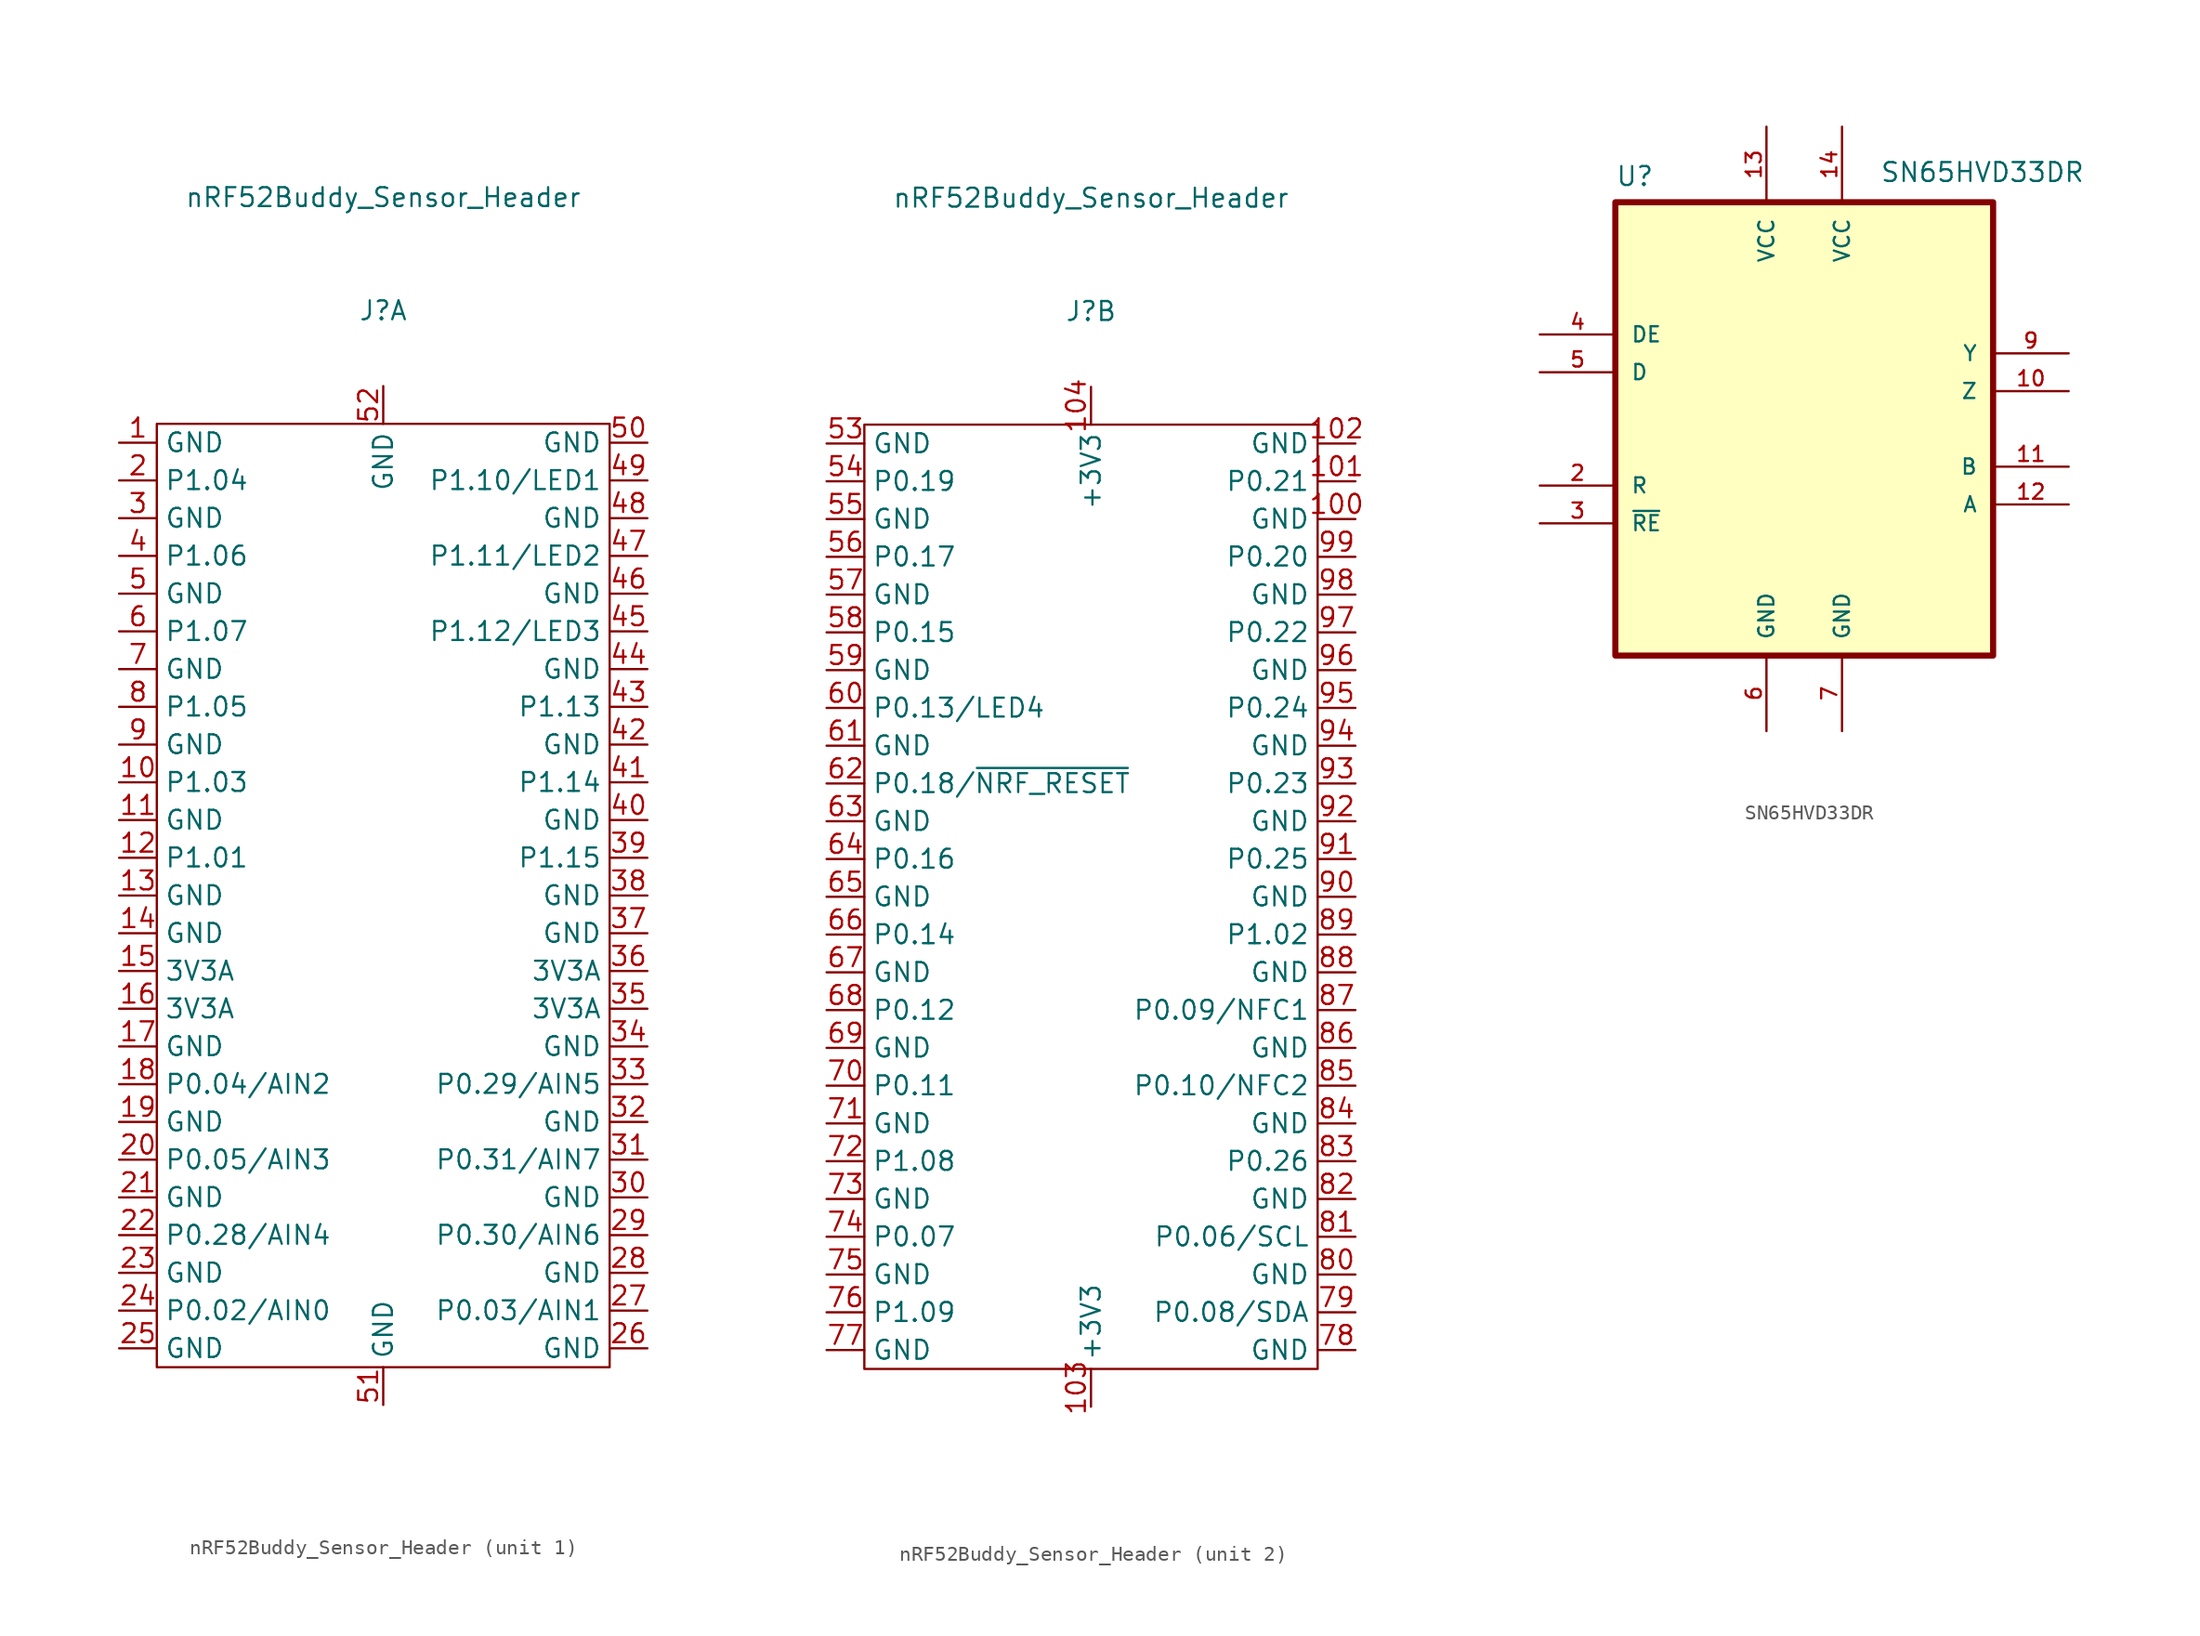
<source format=kicad_sym>
(kicad_symbol_lib
  (version 20220914)
  (generator kicad_symbol_editor)
  (symbol "nRF52Buddy_Sensor_Header"
    (property "Reference" "J"
      (at 0 39.37 0)
      (effects (font (size 1.27 1.27))))
    (property "Value" "nRF52Buddy_Sensor_Header"
      (at 0 46.99 0)
      (effects (font (size 1.27 1.27))))
    (symbol "nRF52Buddy_Sensor_Header_0_1"
      (rectangle (start -15.24 31.75) (end 15.24 -31.75) (stroke (width 0) (type default)) (fill (type none))))
    (symbol "nRF52Buddy_Sensor_Header_1_0"
      (pin bidirectional line (at -17.78 7.62 0) (length 2.54) (name "P1.03" (effects (font (size 1.27 1.27)))) (number "10" (effects (font (size 1.27 1.27)))))
      (pin bidirectional line (at -17.78 5.08 0) (length 2.54) (name "GND" (effects (font (size 1.27 1.27)))) (number "11" (effects (font (size 1.27 1.27)))))
      (pin bidirectional line (at -17.78 2.54 0) (length 2.54) (name "P1.01" (effects (font (size 1.27 1.27)))) (number "12" (effects (font (size 1.27 1.27)))))
      (pin bidirectional line (at -17.78 0 0) (length 2.54) (name "GND" (effects (font (size 1.27 1.27)))) (number "13" (effects (font (size 1.27 1.27)))))
      (pin bidirectional line (at -17.78 -2.54 0) (length 2.54) (name "GND" (effects (font (size 1.27 1.27)))) (number "14" (effects (font (size 1.27 1.27)))))
      (pin bidirectional line (at -17.78 -5.08 0) (length 2.54) (name "3V3A" (effects (font (size 1.27 1.27)))) (number "15" (effects (font (size 1.27 1.27)))))
      (pin bidirectional line (at -17.78 -7.62 0) (length 2.54) (name "3V3A" (effects (font (size 1.27 1.27)))) (number "16" (effects (font (size 1.27 1.27)))))
      (pin bidirectional line (at -17.78 -10.16 0) (length 2.54) (name "GND" (effects (font (size 1.27 1.27)))) (number "17" (effects (font (size 1.27 1.27)))))
      (pin bidirectional line (at -17.78 -12.7 0) (length 2.54) (name "P0.04/AIN2" (effects (font (size 1.27 1.27)))) (number "18" (effects (font (size 1.27 1.27)))))
      (pin bidirectional line (at -17.78 -15.24 0) (length 2.54) (name "GND" (effects (font (size 1.27 1.27)))) (number "19" (effects (font (size 1.27 1.27)))))
      (pin bidirectional line (at -17.78 27.94 0) (length 2.54) (name "P1.04" (effects (font (size 1.27 1.27)))) (number "2" (effects (font (size 1.27 1.27)))))
      (pin bidirectional line (at -17.78 -17.78 0) (length 2.54) (name "P0.05/AIN3" (effects (font (size 1.27 1.27)))) (number "20" (effects (font (size 1.27 1.27)))))
      (pin bidirectional line (at -17.78 -20.32 0) (length 2.54) (name "GND" (effects (font (size 1.27 1.27)))) (number "21" (effects (font (size 1.27 1.27)))))
      (pin bidirectional line (at -17.78 -22.86 0) (length 2.54) (name "P0.28/AIN4" (effects (font (size 1.27 1.27)))) (number "22" (effects (font (size 1.27 1.27)))))
      (pin bidirectional line (at -17.78 -25.4 0) (length 2.54) (name "GND" (effects (font (size 1.27 1.27)))) (number "23" (effects (font (size 1.27 1.27)))))
      (pin bidirectional line (at -17.78 -27.94 0) (length 2.54) (name "P0.02/AIN0" (effects (font (size 1.27 1.27)))) (number "24" (effects (font (size 1.27 1.27)))))
      (pin bidirectional line (at -17.78 -30.48 0) (length 2.54) (name "GND" (effects (font (size 1.27 1.27)))) (number "25" (effects (font (size 1.27 1.27)))))
      (pin bidirectional line (at 17.78 -30.48 180) (length 2.54) (name "GND" (effects (font (size 1.27 1.27)))) (number "26" (effects (font (size 1.27 1.27)))))
      (pin bidirectional line (at 17.78 -27.94 180) (length 2.54) (name "P0.03/AIN1" (effects (font (size 1.27 1.27)))) (number "27" (effects (font (size 1.27 1.27)))))
      (pin bidirectional line (at 17.78 -25.4 180) (length 2.54) (name "GND" (effects (font (size 1.27 1.27)))) (number "28" (effects (font (size 1.27 1.27)))))
      (pin bidirectional line (at 17.78 -22.86 180) (length 2.54) (name "P0.30/AIN6" (effects (font (size 1.27 1.27)))) (number "29" (effects (font (size 1.27 1.27)))))
      (pin bidirectional line (at -17.78 25.4 0) (length 2.54) (name "GND" (effects (font (size 1.27 1.27)))) (number "3" (effects (font (size 1.27 1.27)))))
      (pin bidirectional line (at 17.78 -20.32 180) (length 2.54) (name "GND" (effects (font (size 1.27 1.27)))) (number "30" (effects (font (size 1.27 1.27)))))
      (pin bidirectional line (at 17.78 -17.78 180) (length 2.54) (name "P0.31/AIN7" (effects (font (size 1.27 1.27)))) (number "31" (effects (font (size 1.27 1.27)))))
      (pin bidirectional line (at 17.78 -15.24 180) (length 2.54) (name "GND" (effects (font (size 1.27 1.27)))) (number "32" (effects (font (size 1.27 1.27)))))
      (pin bidirectional line (at 17.78 -12.7 180) (length 2.54) (name "P0.29/AIN5" (effects (font (size 1.27 1.27)))) (number "33" (effects (font (size 1.27 1.27)))))
      (pin bidirectional line (at 17.78 -10.16 180) (length 2.54) (name "GND" (effects (font (size 1.27 1.27)))) (number "34" (effects (font (size 1.27 1.27)))))
      (pin bidirectional line (at 17.78 -7.62 180) (length 2.54) (name "3V3A" (effects (font (size 1.27 1.27)))) (number "35" (effects (font (size 1.27 1.27)))))
      (pin bidirectional line (at 17.78 -5.08 180) (length 2.54) (name "3V3A" (effects (font (size 1.27 1.27)))) (number "36" (effects (font (size 1.27 1.27)))))
      (pin bidirectional line (at 17.78 -2.54 180) (length 2.54) (name "GND" (effects (font (size 1.27 1.27)))) (number "37" (effects (font (size 1.27 1.27)))))
      (pin bidirectional line (at 17.78 0 180) (length 2.54) (name "GND" (effects (font (size 1.27 1.27)))) (number "38" (effects (font (size 1.27 1.27)))))
      (pin bidirectional line (at 17.78 2.54 180) (length 2.54) (name "P1.15" (effects (font (size 1.27 1.27)))) (number "39" (effects (font (size 1.27 1.27)))))
      (pin bidirectional line (at -17.78 22.86 0) (length 2.54) (name "P1.06" (effects (font (size 1.27 1.27)))) (number "4" (effects (font (size 1.27 1.27)))))
      (pin bidirectional line (at 17.78 5.08 180) (length 2.54) (name "GND" (effects (font (size 1.27 1.27)))) (number "40" (effects (font (size 1.27 1.27)))))
      (pin bidirectional line (at 17.78 7.62 180) (length 2.54) (name "P1.14" (effects (font (size 1.27 1.27)))) (number "41" (effects (font (size 1.27 1.27)))))
      (pin bidirectional line (at 17.78 10.16 180) (length 2.54) (name "GND" (effects (font (size 1.27 1.27)))) (number "42" (effects (font (size 1.27 1.27)))))
      (pin bidirectional line (at 17.78 12.7 180) (length 2.54) (name "P1.13" (effects (font (size 1.27 1.27)))) (number "43" (effects (font (size 1.27 1.27)))))
      (pin bidirectional line (at 17.78 15.24 180) (length 2.54) (name "GND" (effects (font (size 1.27 1.27)))) (number "44" (effects (font (size 1.27 1.27)))))
      (pin bidirectional line (at 17.78 17.78 180) (length 2.54) (name "P1.12/LED3" (effects (font (size 1.27 1.27)))) (number "45" (effects (font (size 1.27 1.27)))))
      (pin bidirectional line (at 17.78 20.32 180) (length 2.54) (name "GND" (effects (font (size 1.27 1.27)))) (number "46" (effects (font (size 1.27 1.27)))))
      (pin bidirectional line (at 17.78 22.86 180) (length 2.54) (name "P1.11/LED2" (effects (font (size 1.27 1.27)))) (number "47" (effects (font (size 1.27 1.27)))))
      (pin bidirectional line (at 17.78 25.4 180) (length 2.54) (name "GND" (effects (font (size 1.27 1.27)))) (number "48" (effects (font (size 1.27 1.27)))))
      (pin bidirectional line (at 17.78 27.94 180) (length 2.54) (name "P1.10/LED1" (effects (font (size 1.27 1.27)))) (number "49" (effects (font (size 1.27 1.27)))))
      (pin bidirectional line (at -17.78 20.32 0) (length 2.54) (name "GND" (effects (font (size 1.27 1.27)))) (number "5" (effects (font (size 1.27 1.27)))))
      (pin bidirectional line (at 17.78 30.48 180) (length 2.54) (name "GND" (effects (font (size 1.27 1.27)))) (number "50" (effects (font (size 1.27 1.27)))))
      (pin bidirectional line (at -17.78 17.78 0) (length 2.54) (name "P1.07" (effects (font (size 1.27 1.27)))) (number "6" (effects (font (size 1.27 1.27)))))
      (pin bidirectional line (at -17.78 15.24 0) (length 2.54) (name "GND" (effects (font (size 1.27 1.27)))) (number "7" (effects (font (size 1.27 1.27)))))
      (pin bidirectional line (at -17.78 12.7 0) (length 2.54) (name "P1.05" (effects (font (size 1.27 1.27)))) (number "8" (effects (font (size 1.27 1.27)))))
      (pin bidirectional line (at -17.78 10.16 0) (length 2.54) (name "GND" (effects (font (size 1.27 1.27)))) (number "9" (effects (font (size 1.27 1.27))))))
    (symbol "nRF52Buddy_Sensor_Header_1_1"
      (pin bidirectional line (at -17.78 30.48 0) (length 2.54) (name "GND" (effects (font (size 1.27 1.27)))) (number "1" (effects (font (size 1.27 1.27)))))
      (pin bidirectional line (at 0 -34.29 90) (length 2.54) (name "GND" (effects (font (size 1.27 1.27)))) (number "51" (effects (font (size 1.27 1.27)))))
      (pin bidirectional line (at 0 34.29 270) (length 2.54) (name "GND" (effects (font (size 1.27 1.27)))) (number "52" (effects (font (size 1.27 1.27))))))
    (symbol "nRF52Buddy_Sensor_Header_2_0"
      (pin bidirectional line (at 17.78 25.4 180) (length 2.54) (name "GND" (effects (font (size 1.27 1.27)))) (number "100" (effects (font (size 1.27 1.27)))))
      (pin bidirectional line (at 17.78 27.94 180) (length 2.54) (name "P0.21" (effects (font (size 1.27 1.27)))) (number "101" (effects (font (size 1.27 1.27)))))
      (pin bidirectional line (at 17.78 30.48 180) (length 2.54) (name "GND" (effects (font (size 1.27 1.27)))) (number "102" (effects (font (size 1.27 1.27)))))
      (pin bidirectional line (at -17.78 27.94 0) (length 2.54) (name "P0.19" (effects (font (size 1.27 1.27)))) (number "54" (effects (font (size 1.27 1.27)))))
      (pin bidirectional line (at -17.78 25.4 0) (length 2.54) (name "GND" (effects (font (size 1.27 1.27)))) (number "55" (effects (font (size 1.27 1.27)))))
      (pin bidirectional line (at -17.78 22.86 0) (length 2.54) (name "P0.17" (effects (font (size 1.27 1.27)))) (number "56" (effects (font (size 1.27 1.27)))))
      (pin bidirectional line (at -17.78 20.32 0) (length 2.54) (name "GND" (effects (font (size 1.27 1.27)))) (number "57" (effects (font (size 1.27 1.27)))))
      (pin bidirectional line (at -17.78 17.78 0) (length 2.54) (name "P0.15" (effects (font (size 1.27 1.27)))) (number "58" (effects (font (size 1.27 1.27)))))
      (pin bidirectional line (at -17.78 15.24 0) (length 2.54) (name "GND" (effects (font (size 1.27 1.27)))) (number "59" (effects (font (size 1.27 1.27)))))
      (pin bidirectional line (at -17.78 12.7 0) (length 2.54) (name "P0.13/LED4" (effects (font (size 1.27 1.27)))) (number "60" (effects (font (size 1.27 1.27)))))
      (pin bidirectional line (at -17.78 10.16 0) (length 2.54) (name "GND" (effects (font (size 1.27 1.27)))) (number "61" (effects (font (size 1.27 1.27)))))
      (pin bidirectional line (at -17.78 7.62 0) (length 2.54) (name "P0.18/~{NRF_RESET}" (effects (font (size 1.27 1.27)))) (number "62" (effects (font (size 1.27 1.27)))))
      (pin bidirectional line (at -17.78 5.08 0) (length 2.54) (name "GND" (effects (font (size 1.27 1.27)))) (number "63" (effects (font (size 1.27 1.27)))))
      (pin bidirectional line (at -17.78 2.54 0) (length 2.54) (name "P0.16" (effects (font (size 1.27 1.27)))) (number "64" (effects (font (size 1.27 1.27)))))
      (pin bidirectional line (at -17.78 0 0) (length 2.54) (name "GND" (effects (font (size 1.27 1.27)))) (number "65" (effects (font (size 1.27 1.27)))))
      (pin bidirectional line (at -17.78 -2.54 0) (length 2.54) (name "P0.14" (effects (font (size 1.27 1.27)))) (number "66" (effects (font (size 1.27 1.27)))))
      (pin bidirectional line (at -17.78 -5.08 0) (length 2.54) (name "GND" (effects (font (size 1.27 1.27)))) (number "67" (effects (font (size 1.27 1.27)))))
      (pin bidirectional line (at -17.78 -7.62 0) (length 2.54) (name "P0.12" (effects (font (size 1.27 1.27)))) (number "68" (effects (font (size 1.27 1.27)))))
      (pin bidirectional line (at -17.78 -10.16 0) (length 2.54) (name "GND" (effects (font (size 1.27 1.27)))) (number "69" (effects (font (size 1.27 1.27)))))
      (pin bidirectional line (at -17.78 -12.7 0) (length 2.54) (name "P0.11" (effects (font (size 1.27 1.27)))) (number "70" (effects (font (size 1.27 1.27)))))
      (pin bidirectional line (at -17.78 -15.24 0) (length 2.54) (name "GND" (effects (font (size 1.27 1.27)))) (number "71" (effects (font (size 1.27 1.27)))))
      (pin bidirectional line (at -17.78 -17.78 0) (length 2.54) (name "P1.08" (effects (font (size 1.27 1.27)))) (number "72" (effects (font (size 1.27 1.27)))))
      (pin bidirectional line (at -17.78 -20.32 0) (length 2.54) (name "GND" (effects (font (size 1.27 1.27)))) (number "73" (effects (font (size 1.27 1.27)))))
      (pin bidirectional line (at -17.78 -22.86 0) (length 2.54) (name "P0.07" (effects (font (size 1.27 1.27)))) (number "74" (effects (font (size 1.27 1.27)))))
      (pin bidirectional line (at -17.78 -25.4 0) (length 2.54) (name "GND" (effects (font (size 1.27 1.27)))) (number "75" (effects (font (size 1.27 1.27)))))
      (pin bidirectional line (at -17.78 -27.94 0) (length 2.54) (name "P1.09" (effects (font (size 1.27 1.27)))) (number "76" (effects (font (size 1.27 1.27)))))
      (pin bidirectional line (at -17.78 -30.48 0) (length 2.54) (name "GND" (effects (font (size 1.27 1.27)))) (number "77" (effects (font (size 1.27 1.27)))))
      (pin bidirectional line (at 17.78 -30.48 180) (length 2.54) (name "GND" (effects (font (size 1.27 1.27)))) (number "78" (effects (font (size 1.27 1.27)))))
      (pin bidirectional line (at 17.78 -27.94 180) (length 2.54) (name "P0.08/SDA" (effects (font (size 1.27 1.27)))) (number "79" (effects (font (size 1.27 1.27)))))
      (pin bidirectional line (at 17.78 -25.4 180) (length 2.54) (name "GND" (effects (font (size 1.27 1.27)))) (number "80" (effects (font (size 1.27 1.27)))))
      (pin bidirectional line (at 17.78 -22.86 180) (length 2.54) (name "P0.06/SCL" (effects (font (size 1.27 1.27)))) (number "81" (effects (font (size 1.27 1.27)))))
      (pin bidirectional line (at 17.78 -20.32 180) (length 2.54) (name "GND" (effects (font (size 1.27 1.27)))) (number "82" (effects (font (size 1.27 1.27)))))
      (pin bidirectional line (at 17.78 -17.78 180) (length 2.54) (name "P0.26" (effects (font (size 1.27 1.27)))) (number "83" (effects (font (size 1.27 1.27)))))
      (pin bidirectional line (at 17.78 -15.24 180) (length 2.54) (name "GND" (effects (font (size 1.27 1.27)))) (number "84" (effects (font (size 1.27 1.27)))))
      (pin bidirectional line (at 17.78 -12.7 180) (length 2.54) (name "P0.10/NFC2" (effects (font (size 1.27 1.27)))) (number "85" (effects (font (size 1.27 1.27)))))
      (pin bidirectional line (at 17.78 -10.16 180) (length 2.54) (name "GND" (effects (font (size 1.27 1.27)))) (number "86" (effects (font (size 1.27 1.27)))))
      (pin bidirectional line (at 17.78 -7.62 180) (length 2.54) (name "P0.09/NFC1" (effects (font (size 1.27 1.27)))) (number "87" (effects (font (size 1.27 1.27)))))
      (pin bidirectional line (at 17.78 -5.08 180) (length 2.54) (name "GND" (effects (font (size 1.27 1.27)))) (number "88" (effects (font (size 1.27 1.27)))))
      (pin bidirectional line (at 17.78 -2.54 180) (length 2.54) (name "P1.02" (effects (font (size 1.27 1.27)))) (number "89" (effects (font (size 1.27 1.27)))))
      (pin bidirectional line (at 17.78 0 180) (length 2.54) (name "GND" (effects (font (size 1.27 1.27)))) (number "90" (effects (font (size 1.27 1.27)))))
      (pin bidirectional line (at 17.78 2.54 180) (length 2.54) (name "P0.25" (effects (font (size 1.27 1.27)))) (number "91" (effects (font (size 1.27 1.27)))))
      (pin bidirectional line (at 17.78 5.08 180) (length 2.54) (name "GND" (effects (font (size 1.27 1.27)))) (number "92" (effects (font (size 1.27 1.27)))))
      (pin bidirectional line (at 17.78 7.62 180) (length 2.54) (name "P0.23" (effects (font (size 1.27 1.27)))) (number "93" (effects (font (size 1.27 1.27)))))
      (pin bidirectional line (at 17.78 10.16 180) (length 2.54) (name "GND" (effects (font (size 1.27 1.27)))) (number "94" (effects (font (size 1.27 1.27)))))
      (pin bidirectional line (at 17.78 12.7 180) (length 2.54) (name "P0.24" (effects (font (size 1.27 1.27)))) (number "95" (effects (font (size 1.27 1.27)))))
      (pin bidirectional line (at 17.78 15.24 180) (length 2.54) (name "GND" (effects (font (size 1.27 1.27)))) (number "96" (effects (font (size 1.27 1.27)))))
      (pin bidirectional line (at 17.78 17.78 180) (length 2.54) (name "P0.22" (effects (font (size 1.27 1.27)))) (number "97" (effects (font (size 1.27 1.27)))))
      (pin bidirectional line (at 17.78 20.32 180) (length 2.54) (name "GND" (effects (font (size 1.27 1.27)))) (number "98" (effects (font (size 1.27 1.27)))))
      (pin bidirectional line (at 17.78 22.86 180) (length 2.54) (name "P0.20" (effects (font (size 1.27 1.27)))) (number "99" (effects (font (size 1.27 1.27))))))
    (symbol "nRF52Buddy_Sensor_Header_2_1"
      (pin bidirectional line (at 0 -34.29 90) (length 2.54) (name "+3V3" (effects (font (size 1.27 1.27)))) (number "103" (effects (font (size 1.27 1.27)))))
      (pin bidirectional line (at 0 34.29 270) (length 2.54) (name "+3V3" (effects (font (size 1.27 1.27)))) (number "104" (effects (font (size 1.27 1.27)))))
      (pin bidirectional line (at -17.78 30.48 0) (length 2.54) (name "GND" (effects (font (size 1.27 1.27)))) (number "53" (effects (font (size 1.27 1.27)))))))
  (symbol "SN65HVD33DR"
    (pin_names
      (offset 1.016))
    (property "Reference" "U"
      (at -12.7 16.24 0)
      (effects (font (size 1.27 1.27)) (justify left bottom)))
    (property "Value" "SN65HVD33DR"
      (at 5.08 16.51 0)
      (effects (font (size 1.27 1.27)) (justify left bottom)))
    (symbol "SN65HVD33DR_0_0"
      (rectangle (start -12.7 -15.24) (end 12.7 15.24) (stroke (width 0.41) (type default)) (fill (type background)))
      (pin output line (at 17.78 2.54 180) (length 5.08) (name "Z" (effects (font (size 1.016 1.016)))) (number "10" (effects (font (size 1.016 1.016)))))
      (pin input line (at 17.78 -2.54 180) (length 5.08) (name "B" (effects (font (size 1.016 1.016)))) (number "11" (effects (font (size 1.016 1.016)))))
      (pin input line (at 17.78 -5.08 180) (length 5.08) (name "A" (effects (font (size 1.016 1.016)))) (number "12" (effects (font (size 1.016 1.016)))))
      (pin power_in line (at -2.54 20.32 270) (length 5.08) (name "VCC" (effects (font (size 1.016 1.016)))) (number "13" (effects (font (size 1.016 1.016)))))
      (pin power_in line (at 2.54 20.32 270) (length 5.08) (name "VCC" (effects (font (size 1.016 1.016)))) (number "14" (effects (font (size 1.016 1.016)))))
      (pin output line (at -17.78 -3.81 0) (length 5.08) (name "R" (effects (font (size 1.016 1.016)))) (number "2" (effects (font (size 1.016 1.016)))))
      (pin input line (at -17.78 -6.35 0) (length 5.08) (name "~{RE}" (effects (font (size 1.016 1.016)))) (number "3" (effects (font (size 1.016 1.016)))))
      (pin input line (at -17.78 6.35 0) (length 5.08) (name "DE" (effects (font (size 1.016 1.016)))) (number "4" (effects (font (size 1.016 1.016)))))
      (pin input line (at -17.78 3.81 0) (length 5.08) (name "D" (effects (font (size 1.016 1.016)))) (number "5" (effects (font (size 1.016 1.016)))))
      (pin power_in line (at -2.54 -20.32 90) (length 5.08) (name "GND" (effects (font (size 1.016 1.016)))) (number "6" (effects (font (size 1.016 1.016)))))
      (pin power_in line (at 2.54 -20.32 90) (length 5.08) (name "GND" (effects (font (size 1.016 1.016)))) (number "7" (effects (font (size 1.016 1.016)))))
      (pin output line (at 17.78 5.08 180) (length 5.08) (name "Y" (effects (font (size 1.016 1.016)))) (number "9" (effects (font (size 1.016 1.016))))))))
</source>
